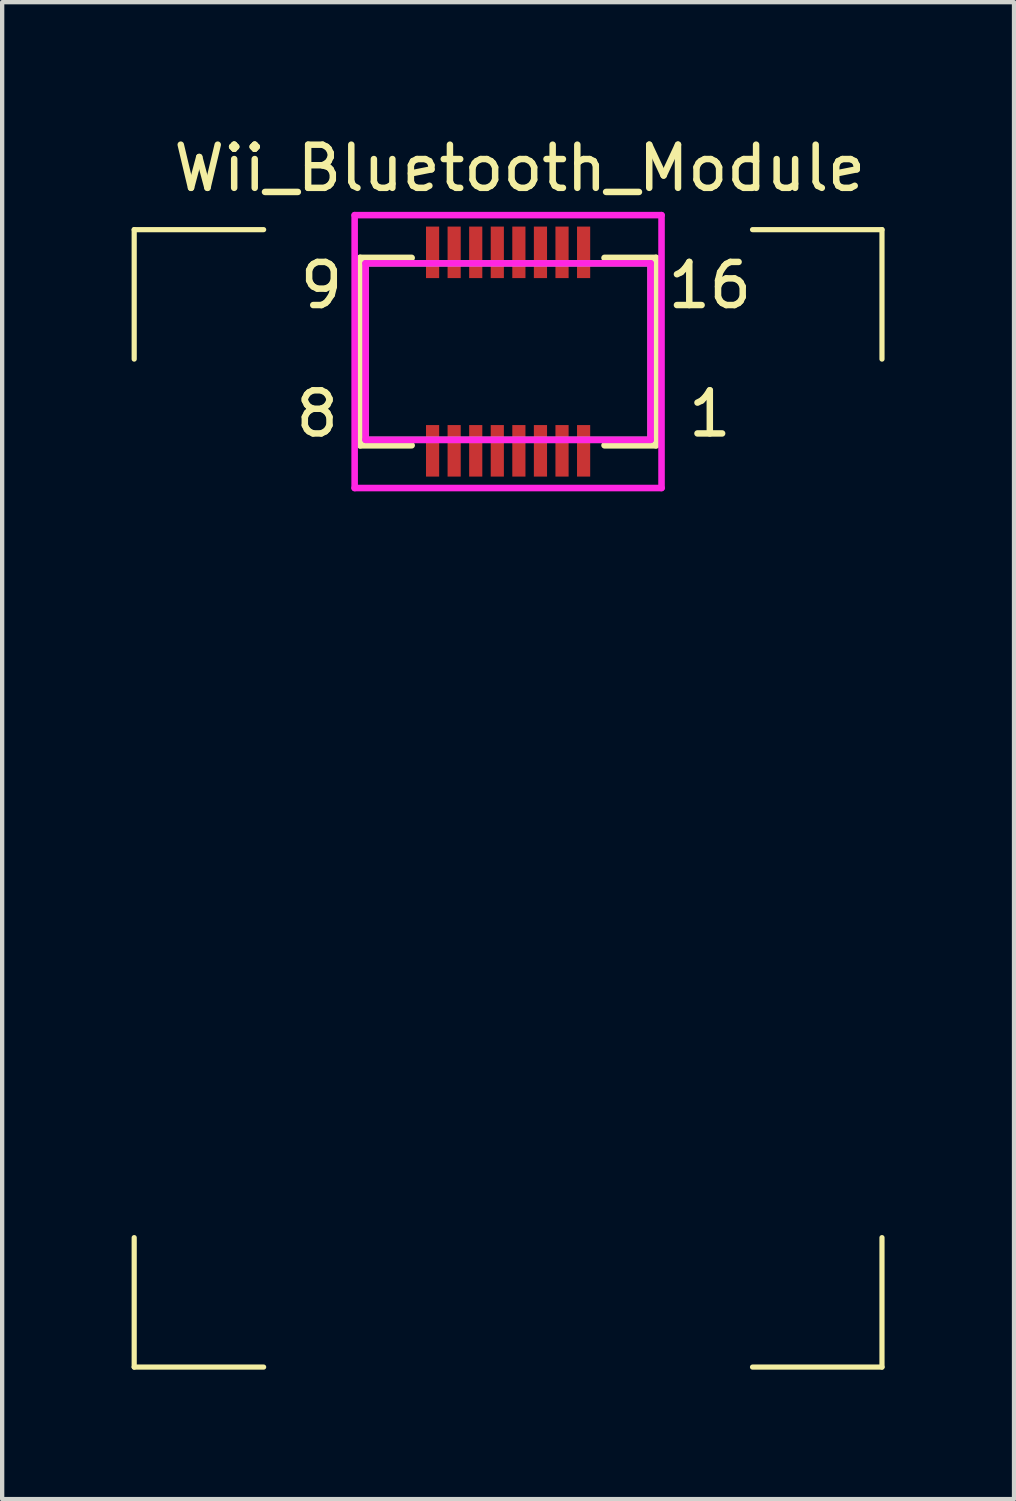
<source format=kicad_pcb>
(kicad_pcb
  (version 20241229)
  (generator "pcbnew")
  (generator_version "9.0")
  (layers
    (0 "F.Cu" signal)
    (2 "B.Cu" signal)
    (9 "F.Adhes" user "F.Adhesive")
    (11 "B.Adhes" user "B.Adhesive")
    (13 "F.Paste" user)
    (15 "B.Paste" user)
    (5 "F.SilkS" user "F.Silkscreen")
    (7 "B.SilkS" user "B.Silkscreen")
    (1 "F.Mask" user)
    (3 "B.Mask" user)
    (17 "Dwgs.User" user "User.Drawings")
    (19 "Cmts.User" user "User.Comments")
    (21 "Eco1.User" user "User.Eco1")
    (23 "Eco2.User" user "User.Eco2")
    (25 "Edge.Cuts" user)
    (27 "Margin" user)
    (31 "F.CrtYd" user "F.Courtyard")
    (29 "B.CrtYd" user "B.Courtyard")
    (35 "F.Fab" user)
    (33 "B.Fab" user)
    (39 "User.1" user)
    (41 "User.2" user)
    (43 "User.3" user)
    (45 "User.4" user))
  (footprint "Wii_Bluetooth_Module"
    (layer "F.Cu")
    (at 8.725 16.088)
    (property "Reference" "Wii_Bluetooth_Module" (at 0.271 -15.24 0) (layer "F.SilkS") (effects (font (size 1 1) (thickness 0.15))))
    (attr smd)
    (fp_line (start -8.665 -13.816) (end -8.665 -10.816) (stroke (width 0.12) (type solid)) (layer "F.SilkS"))
    (fp_line (start -8.665 -13.816) (end -5.665 -13.816) (stroke (width 0.12) (type solid)) (layer "F.SilkS"))
    (fp_line (start -8.665 9.544) (end -8.665 12.544) (stroke (width 0.12) (type solid)) (layer "F.SilkS"))
    (fp_line (start -5.665 12.544) (end -8.665 12.544) (stroke (width 0.12) (type solid)) (layer "F.SilkS"))
    (fp_line (start -3.429 -13.162) (end -3.429 -8.818) (stroke (width 0.152) (type solid)) (layer "F.SilkS"))
    (fp_line (start -3.429 -8.818) (end -2.235 -8.818) (stroke (width 0.152) (type solid)) (layer "F.SilkS"))
    (fp_line (start -2.235 -13.162) (end -3.429 -13.162) (stroke (width 0.152) (type solid)) (layer "F.SilkS"))
    (fp_line (start 2.235 -8.818) (end 3.429 -8.818) (stroke (width 0.152) (type solid)) (layer "F.SilkS"))
    (fp_line (start 3.429 -13.162) (end 2.235 -13.162) (stroke (width 0.152) (type solid)) (layer "F.SilkS"))
    (fp_line (start 3.429 -8.818) (end 3.429 -13.162) (stroke (width 0.152) (type solid)) (layer "F.SilkS"))
    (fp_line (start 5.665 -13.816) (end 8.665 -13.816) (stroke (width 0.12) (type solid)) (layer "F.SilkS"))
    (fp_line (start 8.665 -13.816) (end 8.665 -10.816) (stroke (width 0.12) (type solid)) (layer "F.SilkS"))
    (fp_line (start 8.665 9.544) (end 8.665 12.544) (stroke (width 0.12) (type solid)) (layer "F.SilkS"))
    (fp_line (start 8.665 12.544) (end 5.665 12.544) (stroke (width 0.12) (type solid)) (layer "F.SilkS"))
    (fp_line (start -3.556 -14.152) (end -3.556 -7.828) (stroke (width 0.152) (type solid)) (layer "F.CrtYd"))
    (fp_line (start -3.556 -7.828) (end 3.556 -7.828) (stroke (width 0.152) (type solid)) (layer "F.CrtYd"))
    (fp_line (start -3.302 -13.035) (end -3.302 -8.945) (stroke (width 0.152) (type solid)) (layer "F.CrtYd"))
    (fp_line (start -3.302 -8.945) (end 3.302 -8.945) (stroke (width 0.152) (type solid)) (layer "F.CrtYd"))
    (fp_line (start 3.302 -13.035) (end -3.302 -13.035) (stroke (width 0.152) (type solid)) (layer "F.CrtYd"))
    (fp_line (start 3.302 -8.945) (end 3.302 -13.035) (stroke (width 0.152) (type solid)) (layer "F.CrtYd"))
    (fp_line (start 3.556 -14.152) (end -3.556 -14.152) (stroke (width 0.152) (type solid)) (layer "F.CrtYd"))
    (fp_line (start 3.556 -7.828) (end 3.556 -14.152) (stroke (width 0.152) (type solid)) (layer "F.CrtYd"))
    (fp_line (start -3.302 -13.035) (end -3.302 -8.945) (stroke (width 0.152) (type solid)) (layer "F.Fab"))
    (fp_line (start -3.302 -8.945) (end 3.302 -8.945) (stroke (width 0.152) (type solid)) (layer "F.Fab"))
    (fp_line (start 3.302 -13.035) (end -3.302 -13.035) (stroke (width 0.152) (type solid)) (layer "F.Fab"))
    (fp_line (start 3.302 -8.945) (end 3.302 -13.035) (stroke (width 0.152) (type solid)) (layer "F.Fab"))
    (fp_text user "9" (at -4.9 -11.938 0) (unlocked yes) (layer "F.SilkS") (effects (font (size 1 1) (thickness 0.15)) (justify left bottom)))
    (fp_text user "1" (at 4.1 -8.963 0) (unlocked yes) (layer "F.SilkS") (effects (font (size 1 1) (thickness 0.15)) (justify left bottom)))
    (fp_text user "8" (at -5 -8.963 0) (unlocked yes) (layer "F.SilkS") (effects (font (size 1 1) (thickness 0.15)) (justify left bottom)))
    (fp_text user "16" (at 3.624 -11.938 0) (unlocked yes) (layer "F.SilkS") (effects (font (size 1 1) (thickness 0.15)) (justify left bottom)))
    (pad "1" smd rect (at 1.75 -8.69) (size 0.305 1.194) (layers "F.Cu" "F.Mask" "F.Paste"))
    (pad "2" smd rect (at 1.25 -8.69) (size 0.305 1.194) (layers "F.Cu" "F.Mask" "F.Paste"))
    (pad "3" smd rect (at 0.75 -8.69) (size 0.305 1.194) (layers "F.Cu" "F.Mask" "F.Paste"))
    (pad "4" smd rect (at 0.25 -8.69) (size 0.305 1.194) (layers "F.Cu" "F.Mask" "F.Paste"))
    (pad "5" smd rect (at -0.25 -8.69) (size 0.305 1.194) (layers "F.Cu" "F.Mask" "F.Paste"))
    (pad "6" smd rect (at -0.75 -8.69) (size 0.305 1.194) (layers "F.Cu" "F.Mask" "F.Paste"))
    (pad "7" smd rect (at -1.25 -8.69) (size 0.305 1.194) (layers "F.Cu" "F.Mask" "F.Paste"))
    (pad "8" smd rect (at -1.75 -8.69) (size 0.305 1.194) (layers "F.Cu" "F.Mask" "F.Paste"))
    (pad "9" smd rect (at -1.75 -13.29) (size 0.305 1.194) (layers "F.Cu" "F.Mask" "F.Paste"))
    (pad "10" smd rect (at -1.25 -13.29) (size 0.305 1.194) (layers "F.Cu" "F.Mask" "F.Paste"))
    (pad "11" smd rect (at -0.75 -13.29) (size 0.305 1.194) (layers "F.Cu" "F.Mask" "F.Paste"))
    (pad "12" smd rect (at -0.25 -13.29) (size 0.305 1.194) (layers "F.Cu" "F.Mask" "F.Paste"))
    (pad "13" smd rect (at 0.25 -13.29) (size 0.305 1.194) (layers "F.Cu" "F.Mask" "F.Paste"))
    (pad "14" smd rect (at 0.75 -13.29) (size 0.305 1.194) (layers "F.Cu" "F.Mask" "F.Paste"))
    (pad "15" smd rect (at 1.25 -13.29) (size 0.305 1.194) (layers "F.Cu" "F.Mask" "F.Paste"))
    (pad "16" smd rect (at 1.75 -13.29) (size 0.305 1.194) (layers "F.Cu" "F.Mask" "F.Paste"))
    (zone (net_name "") (layer "F.Cu") (hatch none 0.5) (connect_pads) (min_thickness 0.25) (filled_areas_thickness no) (keepout (tracks allowed) (vias allowed) (pads allowed) (copperpour allowed) (footprints not_allowed)) (placement (enabled no)) (fill) (polygon (pts (xy 0.06 2.272) (xy 17.39 2.272) (xy 17.39 28.632) (xy 0.06 28.632)))))
  (gr_rect
    (start -3 -3)
    (end 20.45 31.692)
    (stroke (width 0.1) (type default))
    (fill no)
    (layer "Edge.Cuts")))
</source>
